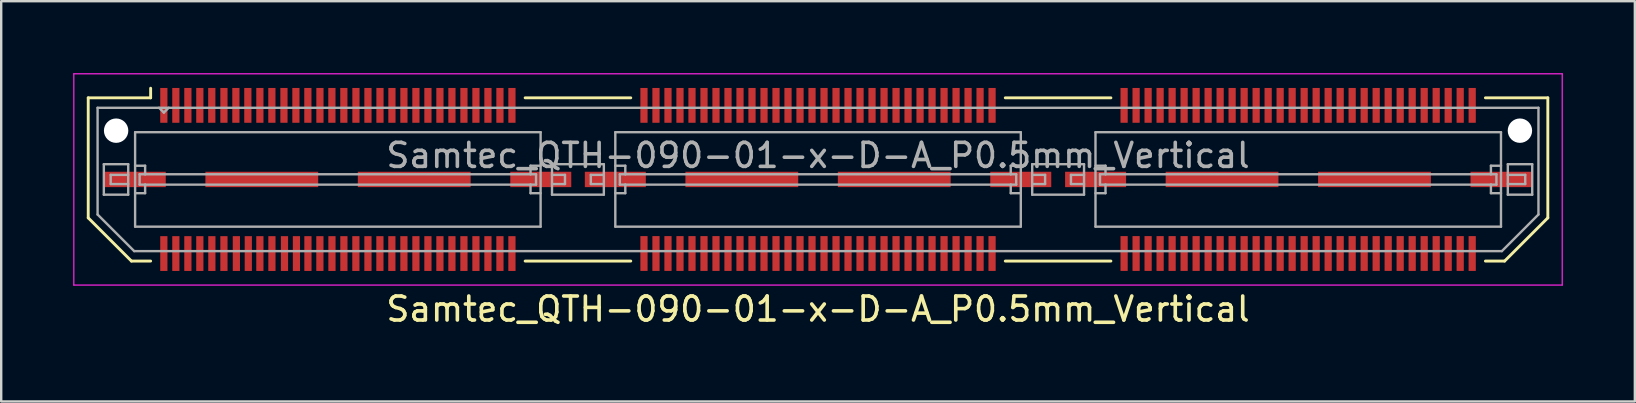
<source format=kicad_pcb>
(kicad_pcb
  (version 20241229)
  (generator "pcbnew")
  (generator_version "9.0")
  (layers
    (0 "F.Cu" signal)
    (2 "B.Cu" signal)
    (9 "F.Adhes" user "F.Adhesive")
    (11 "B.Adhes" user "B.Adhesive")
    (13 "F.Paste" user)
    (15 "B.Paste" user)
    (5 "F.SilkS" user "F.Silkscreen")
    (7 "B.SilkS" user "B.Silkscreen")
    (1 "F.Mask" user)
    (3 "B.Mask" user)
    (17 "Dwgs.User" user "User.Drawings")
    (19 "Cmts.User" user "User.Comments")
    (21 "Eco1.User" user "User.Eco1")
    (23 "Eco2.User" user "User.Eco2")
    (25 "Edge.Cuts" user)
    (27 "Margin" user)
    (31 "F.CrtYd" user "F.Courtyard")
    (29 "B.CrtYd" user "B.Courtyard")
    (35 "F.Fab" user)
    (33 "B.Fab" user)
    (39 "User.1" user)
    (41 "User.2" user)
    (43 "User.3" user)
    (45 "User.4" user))
  (footprint "Samtec_QTH-090-01-x-D-A_P0.5mm_Vertical"
    (layer "F.Cu")
    (at 31.025 4.425)
    (property "Reference" "Samtec_QTH-090-01-x-D-A_P0.5mm_Vertical" (at 0 5.4 0) (layer "F.SilkS") (effects (font (size 1 1) (thickness 0.15))))
    (attr smd)
    (fp_line (start -30.4 -3.4) (end -30.4 1.6) (stroke (width 0.12) (type solid)) (layer "F.SilkS"))
    (fp_line (start -30.4 1.6) (end -28.6 3.4) (stroke (width 0.12) (type solid)) (layer "F.SilkS"))
    (fp_line (start -28.6 3.4) (end -27.8 3.4) (stroke (width 0.12) (type solid)) (layer "F.SilkS"))
    (fp_line (start -27.8 -3.4) (end -30.4 -3.4) (stroke (width 0.12) (type solid)) (layer "F.SilkS"))
    (fp_line (start -27.8 -3.4) (end -27.8 -3.8) (stroke (width 0.12) (type solid)) (layer "F.SilkS"))
    (fp_line (start -12.2 3.4) (end -7.8 3.4) (stroke (width 0.12) (type solid)) (layer "F.SilkS"))
    (fp_line (start -7.8 -3.4) (end -12.2 -3.4) (stroke (width 0.12) (type solid)) (layer "F.SilkS"))
    (fp_line (start 7.8 3.4) (end 12.2 3.4) (stroke (width 0.12) (type solid)) (layer "F.SilkS"))
    (fp_line (start 12.2 -3.4) (end 7.8 -3.4) (stroke (width 0.12) (type solid)) (layer "F.SilkS"))
    (fp_line (start 27.8 -3.4) (end 30.4 -3.4) (stroke (width 0.12) (type solid)) (layer "F.SilkS"))
    (fp_line (start 27.8 3.4) (end 28.6 3.4) (stroke (width 0.12) (type solid)) (layer "F.SilkS"))
    (fp_line (start 28.6 3.4) (end 30.4 1.6) (stroke (width 0.12) (type solid)) (layer "F.SilkS"))
    (fp_line (start 30.4 -3.4) (end 30.4 1.6) (stroke (width 0.12) (type solid)) (layer "F.SilkS"))
    (fp_line (start -31 -4.4) (end -31 4.4) (stroke (width 0.05) (type solid)) (layer "F.CrtYd"))
    (fp_line (start -31 4.4) (end 31 4.4) (stroke (width 0.05) (type solid)) (layer "F.CrtYd"))
    (fp_line (start 31 -4.4) (end -31 -4.4) (stroke (width 0.05) (type solid)) (layer "F.CrtYd"))
    (fp_line (start 31 4.4) (end 31 -4.4) (stroke (width 0.05) (type solid)) (layer "F.CrtYd"))
    (fp_line (start -30.01 -2.985) (end -30.01 1.46) (stroke (width 0.1) (type solid)) (layer "F.Fab"))
    (fp_line (start -30.01 1.46) (end -28.486 2.985) (stroke (width 0.1) (type solid)) (layer "F.Fab"))
    (fp_line (start -29.75 -0.635) (end -29.75 0.635) (stroke (width 0.1) (type solid)) (layer "F.Fab"))
    (fp_line (start -29.75 0.635) (end -28.734 0.635) (stroke (width 0.1) (type solid)) (layer "F.Fab"))
    (fp_line (start -29.464 0.191) (end -29.464 -0.191) (stroke (width 0.1) (type solid)) (layer "F.Fab"))
    (fp_line (start -29.464 0.191) (end -28.734 0.191) (stroke (width 0.1) (type solid)) (layer "F.Fab"))
    (fp_line (start -28.734 -0.635) (end -29.75 -0.635) (stroke (width 0.1) (type solid)) (layer "F.Fab"))
    (fp_line (start -28.734 -0.191) (end -29.464 -0.191) (stroke (width 0.1) (type solid)) (layer "F.Fab"))
    (fp_line (start -28.734 0.635) (end -28.734 -0.635) (stroke (width 0.1) (type solid)) (layer "F.Fab"))
    (fp_line (start -28.486 2.985) (end 28.486 2.985) (stroke (width 0.1) (type solid)) (layer "F.Fab"))
    (fp_line (start -28.447 -1.968) (end -28.447 1.968) (stroke (width 0.1) (type solid)) (layer "F.Fab"))
    (fp_line (start -28.447 0.572) (end -28.03 0.572) (stroke (width 0.1) (type solid)) (layer "F.Fab"))
    (fp_line (start -28.259 -0.216) (end -28.03 -0.216) (stroke (width 0.1) (type solid)) (layer "F.Fab"))
    (fp_line (start -28.259 0.216) (end -28.259 -0.216) (stroke (width 0.1) (type solid)) (layer "F.Fab"))
    (fp_line (start -28.03 -0.572) (end -28.447 -0.572) (stroke (width 0.1) (type solid)) (layer "F.Fab"))
    (fp_line (start -28.03 -0.216) (end -28.03 -0.572) (stroke (width 0.1) (type solid)) (layer "F.Fab"))
    (fp_line (start -28.03 0.216) (end -28.259 0.216) (stroke (width 0.1) (type solid)) (layer "F.Fab"))
    (fp_line (start -28.03 0.216) (end -11.975 0.216) (stroke (width 0.1) (type solid)) (layer "F.Fab"))
    (fp_line (start -28.03 0.572) (end -28.03 0.216) (stroke (width 0.1) (type solid)) (layer "F.Fab"))
    (fp_line (start -27.25 -2.786) (end -27.45 -2.986) (stroke (width 0.1) (type solid)) (layer "F.Fab"))
    (fp_line (start -27.05 -2.986) (end -27.25 -2.786) (stroke (width 0.1) (type solid)) (layer "F.Fab"))
    (fp_line (start -11.975 -0.572) (end -11.975 -0.216) (stroke (width 0.1) (type solid)) (layer "F.Fab"))
    (fp_line (start -11.975 -0.216) (end -28.03 -0.216) (stroke (width 0.1) (type solid)) (layer "F.Fab"))
    (fp_line (start -11.975 -0.216) (end -11.746 -0.216) (stroke (width 0.1) (type solid)) (layer "F.Fab"))
    (fp_line (start -11.975 0.216) (end -11.975 0.572) (stroke (width 0.1) (type solid)) (layer "F.Fab"))
    (fp_line (start -11.975 0.572) (end -11.556 0.572) (stroke (width 0.1) (type solid)) (layer "F.Fab"))
    (fp_line (start -11.746 -0.216) (end -11.746 0.216) (stroke (width 0.1) (type solid)) (layer "F.Fab"))
    (fp_line (start -11.746 0.216) (end -11.975 0.216) (stroke (width 0.1) (type solid)) (layer "F.Fab"))
    (fp_line (start -11.556 1.968) (end -28.444 1.968) (stroke (width 0.1) (type solid)) (layer "F.Fab"))
    (fp_line (start -11.556 -0.572) (end -11.975 -0.572) (stroke (width 0.1) (type solid)) (layer "F.Fab"))
    (fp_line (start -11.556 1.968) (end -11.556 -1.968) (stroke (width 0.1) (type solid)) (layer "F.Fab"))
    (fp_line (start -11.553 -1.968) (end -28.444 -1.968) (stroke (width 0.1) (type solid)) (layer "F.Fab"))
    (fp_line (start -11.081 -0.635) (end -11.081 0.635) (stroke (width 0.1) (type solid)) (layer "F.Fab"))
    (fp_line (start -11.081 0.191) (end -10.541 0.191) (stroke (width 0.1) (type solid)) (layer "F.Fab"))
    (fp_line (start -11.081 0.635) (end -8.922 0.635) (stroke (width 0.1) (type solid)) (layer "F.Fab"))
    (fp_line (start -10.541 -0.191) (end -11.081 -0.191) (stroke (width 0.1) (type solid)) (layer "F.Fab"))
    (fp_line (start -10.541 0.191) (end -10.541 -0.191) (stroke (width 0.1) (type solid)) (layer "F.Fab"))
    (fp_line (start -9.464 0.191) (end -9.464 -0.191) (stroke (width 0.1) (type solid)) (layer "F.Fab"))
    (fp_line (start -9.464 0.191) (end -8.922 0.191) (stroke (width 0.1) (type solid)) (layer "F.Fab"))
    (fp_line (start -8.922 -0.635) (end -11.081 -0.635) (stroke (width 0.1) (type solid)) (layer "F.Fab"))
    (fp_line (start -8.922 -0.191) (end -9.464 -0.191) (stroke (width 0.1) (type solid)) (layer "F.Fab"))
    (fp_line (start -8.922 0.635) (end -8.922 -0.635) (stroke (width 0.1) (type solid)) (layer "F.Fab"))
    (fp_line (start -8.444 -1.968) (end -8.444 1.968) (stroke (width 0.1) (type solid)) (layer "F.Fab"))
    (fp_line (start -8.444 0.572) (end -8.028 0.572) (stroke (width 0.1) (type solid)) (layer "F.Fab"))
    (fp_line (start -8.256 -0.216) (end -8.028 -0.216) (stroke (width 0.1) (type solid)) (layer "F.Fab"))
    (fp_line (start -8.256 0.216) (end -8.256 -0.216) (stroke (width 0.1) (type solid)) (layer "F.Fab"))
    (fp_line (start -8.028 -0.572) (end -8.444 -0.572) (stroke (width 0.1) (type solid)) (layer "F.Fab"))
    (fp_line (start -8.028 -0.216) (end -8.028 -0.572) (stroke (width 0.1) (type solid)) (layer "F.Fab"))
    (fp_line (start -8.028 -0.216) (end 8.028 -0.216) (stroke (width 0.1) (type solid)) (layer "F.Fab"))
    (fp_line (start -8.028 0.216) (end -8.256 0.216) (stroke (width 0.1) (type solid)) (layer "F.Fab"))
    (fp_line (start -8.028 0.572) (end -8.028 0.216) (stroke (width 0.1) (type solid)) (layer "F.Fab"))
    (fp_line (start 8.028 -0.572) (end 8.028 -0.216) (stroke (width 0.1) (type solid)) (layer "F.Fab"))
    (fp_line (start 8.028 -0.216) (end 8.256 -0.216) (stroke (width 0.1) (type solid)) (layer "F.Fab"))
    (fp_line (start 8.028 0.216) (end -8.028 0.216) (stroke (width 0.1) (type solid)) (layer "F.Fab"))
    (fp_line (start 8.028 0.216) (end 8.028 0.572) (stroke (width 0.1) (type solid)) (layer "F.Fab"))
    (fp_line (start 8.028 0.572) (end 8.447 0.572) (stroke (width 0.1) (type solid)) (layer "F.Fab"))
    (fp_line (start 8.256 -0.216) (end 8.256 0.216) (stroke (width 0.1) (type solid)) (layer "F.Fab"))
    (fp_line (start 8.256 0.216) (end 8.028 0.216) (stroke (width 0.1) (type solid)) (layer "F.Fab"))
    (fp_line (start 8.444 1.968) (end -8.444 1.968) (stroke (width 0.1) (type solid)) (layer "F.Fab"))
    (fp_line (start 8.447 -1.968) (end -8.444 -1.968) (stroke (width 0.1) (type solid)) (layer "F.Fab"))
    (fp_line (start 8.447 -0.572) (end 8.028 -0.572) (stroke (width 0.1) (type solid)) (layer "F.Fab"))
    (fp_line (start 8.447 1.968) (end 8.447 -1.968) (stroke (width 0.1) (type solid)) (layer "F.Fab"))
    (fp_line (start 8.922 -0.635) (end 8.922 0.635) (stroke (width 0.1) (type solid)) (layer "F.Fab"))
    (fp_line (start 8.922 0.191) (end 9.459 0.191) (stroke (width 0.1) (type solid)) (layer "F.Fab"))
    (fp_line (start 8.922 0.635) (end 11.081 0.635) (stroke (width 0.1) (type solid)) (layer "F.Fab"))
    (fp_line (start 9.459 -0.191) (end 8.922 -0.191) (stroke (width 0.1) (type solid)) (layer "F.Fab"))
    (fp_line (start 9.459 0.191) (end 9.459 -0.191) (stroke (width 0.1) (type solid)) (layer "F.Fab"))
    (fp_line (start 10.536 0.191) (end 10.536 -0.191) (stroke (width 0.1) (type solid)) (layer "F.Fab"))
    (fp_line (start 10.536 0.191) (end 11.081 0.191) (stroke (width 0.1) (type solid)) (layer "F.Fab"))
    (fp_line (start 11.081 -0.635) (end 8.922 -0.635) (stroke (width 0.1) (type solid)) (layer "F.Fab"))
    (fp_line (start 11.081 -0.191) (end 10.536 -0.191) (stroke (width 0.1) (type solid)) (layer "F.Fab"))
    (fp_line (start 11.081 0.635) (end 11.081 -0.635) (stroke (width 0.1) (type solid)) (layer "F.Fab"))
    (fp_line (start 11.558 -1.968) (end 11.558 1.968) (stroke (width 0.1) (type solid)) (layer "F.Fab"))
    (fp_line (start 11.558 0.572) (end 11.975 0.572) (stroke (width 0.1) (type solid)) (layer "F.Fab"))
    (fp_line (start 11.746 -0.216) (end 11.975 -0.216) (stroke (width 0.1) (type solid)) (layer "F.Fab"))
    (fp_line (start 11.746 0.216) (end 11.746 -0.216) (stroke (width 0.1) (type solid)) (layer "F.Fab"))
    (fp_line (start 11.975 -0.572) (end 11.558 -0.572) (stroke (width 0.1) (type solid)) (layer "F.Fab"))
    (fp_line (start 11.975 -0.216) (end 11.975 -0.572) (stroke (width 0.1) (type solid)) (layer "F.Fab"))
    (fp_line (start 11.975 -0.216) (end 28.03 -0.216) (stroke (width 0.1) (type solid)) (layer "F.Fab"))
    (fp_line (start 11.975 0.216) (end 11.746 0.216) (stroke (width 0.1) (type solid)) (layer "F.Fab"))
    (fp_line (start 11.975 0.572) (end 11.975 0.216) (stroke (width 0.1) (type solid)) (layer "F.Fab"))
    (fp_line (start 28.03 -0.572) (end 28.03 -0.216) (stroke (width 0.1) (type solid)) (layer "F.Fab"))
    (fp_line (start 28.03 -0.216) (end 28.259 -0.216) (stroke (width 0.1) (type solid)) (layer "F.Fab"))
    (fp_line (start 28.03 0.216) (end 11.975 0.216) (stroke (width 0.1) (type solid)) (layer "F.Fab"))
    (fp_line (start 28.03 0.216) (end 28.03 0.572) (stroke (width 0.1) (type solid)) (layer "F.Fab"))
    (fp_line (start 28.03 0.572) (end 28.449 0.572) (stroke (width 0.1) (type solid)) (layer "F.Fab"))
    (fp_line (start 28.259 -0.216) (end 28.259 0.216) (stroke (width 0.1) (type solid)) (layer "F.Fab"))
    (fp_line (start 28.259 0.216) (end 28.03 0.216) (stroke (width 0.1) (type solid)) (layer "F.Fab"))
    (fp_line (start 28.449 -1.968) (end 11.558 -1.968) (stroke (width 0.1) (type solid)) (layer "F.Fab"))
    (fp_line (start 28.449 -0.572) (end 28.03 -0.572) (stroke (width 0.1) (type solid)) (layer "F.Fab"))
    (fp_line (start 28.449 1.968) (end 11.558 1.968) (stroke (width 0.1) (type solid)) (layer "F.Fab"))
    (fp_line (start 28.449 1.968) (end 28.449 -1.968) (stroke (width 0.1) (type solid)) (layer "F.Fab"))
    (fp_line (start 28.486 2.985) (end 30.01 1.46) (stroke (width 0.1) (type solid)) (layer "F.Fab"))
    (fp_line (start 28.734 -0.635) (end 28.734 0.635) (stroke (width 0.1) (type solid)) (layer "F.Fab"))
    (fp_line (start 28.734 0.191) (end 29.459 0.191) (stroke (width 0.1) (type solid)) (layer "F.Fab"))
    (fp_line (start 28.734 0.635) (end 29.75 0.635) (stroke (width 0.1) (type solid)) (layer "F.Fab"))
    (fp_line (start 29.459 -0.191) (end 28.734 -0.191) (stroke (width 0.1) (type solid)) (layer "F.Fab"))
    (fp_line (start 29.459 0.191) (end 29.459 -0.191) (stroke (width 0.1) (type solid)) (layer "F.Fab"))
    (fp_line (start 29.75 -0.635) (end 28.734 -0.635) (stroke (width 0.1) (type solid)) (layer "F.Fab"))
    (fp_line (start 29.75 0.635) (end 29.75 -0.635) (stroke (width 0.1) (type solid)) (layer "F.Fab"))
    (fp_line (start 30.01 -2.985) (end -30.01 -2.985) (stroke (width 0.1) (type solid)) (layer "F.Fab"))
    (fp_line (start 30.01 1.46) (end 30.01 -2.985) (stroke (width 0.1) (type solid)) (layer "F.Fab"))
    (fp_text user "${REFERENCE}" (at 0 -1 0) (layer "F.Fab") (effects (font (size 1 1) (thickness 0.15))))
    (pad "" np_thru_hole circle (at -29.238 -2.032) (size 1.016 1.016) (drill 1.016) (layers "*.Cu" "*.Mask"))
    (pad "" np_thru_hole circle (at 29.238 -2.032) (size 1.016 1.016) (drill 1.016) (layers "*.Cu" "*.Mask"))
    (pad "1" smd rect (at -27.25 -3.086) (size 0.3 1.45) (layers "F.Cu" "F.Mask" "F.Paste"))
    (pad "2" smd rect (at -27.25 3.087) (size 0.3 1.45) (layers "F.Cu" "F.Mask" "F.Paste"))
    (pad "3" smd rect (at -26.75 -3.086) (size 0.3 1.45) (layers "F.Cu" "F.Mask" "F.Paste"))
    (pad "4" smd rect (at -26.75 3.087) (size 0.3 1.45) (layers "F.Cu" "F.Mask" "F.Paste"))
    (pad "5" smd rect (at -26.249 -3.086) (size 0.3 1.45) (layers "F.Cu" "F.Mask" "F.Paste"))
    (pad "6" smd rect (at -26.249 3.087) (size 0.3 1.45) (layers "F.Cu" "F.Mask" "F.Paste"))
    (pad "7" smd rect (at -25.751 -3.086) (size 0.3 1.45) (layers "F.Cu" "F.Mask" "F.Paste"))
    (pad "8" smd rect (at -25.751 3.087) (size 0.3 1.45) (layers "F.Cu" "F.Mask" "F.Paste"))
    (pad "9" smd rect (at -25.253 -3.086) (size 0.3 1.45) (layers "F.Cu" "F.Mask" "F.Paste"))
    (pad "10" smd rect (at -25.25 3.087) (size 0.3 1.45) (layers "F.Cu" "F.Mask" "F.Paste"))
    (pad "11" smd rect (at -24.747 -3.086) (size 0.3 1.45) (layers "F.Cu" "F.Mask" "F.Paste"))
    (pad "12" smd rect (at -24.747 3.087) (size 0.3 1.45) (layers "F.Cu" "F.Mask" "F.Paste"))
    (pad "13" smd rect (at -24.249 -3.086) (size 0.3 1.45) (layers "F.Cu" "F.Mask" "F.Paste"))
    (pad "14" smd rect (at -24.229 3.087) (size 0.3 1.45) (layers "F.Cu" "F.Mask" "F.Paste"))
    (pad "15" smd rect (at -23.751 -3.086) (size 0.3 1.45) (layers "F.Cu" "F.Mask" "F.Paste"))
    (pad "16" smd rect (at -23.732 3.087) (size 0.3 1.45) (layers "F.Cu" "F.Mask" "F.Paste"))
    (pad "17" smd rect (at -23.25 -3.086) (size 0.3 1.45) (layers "F.Cu" "F.Mask" "F.Paste"))
    (pad "18" smd rect (at -23.25 3.087) (size 0.3 1.45) (layers "F.Cu" "F.Mask" "F.Paste"))
    (pad "19" smd rect (at -22.75 -3.086) (size 0.3 1.45) (layers "F.Cu" "F.Mask" "F.Paste"))
    (pad "20" smd rect (at -22.748 3.087) (size 0.3 1.45) (layers "F.Cu" "F.Mask" "F.Paste"))
    (pad "21" smd rect (at -22.247 -3.086) (size 0.3 1.45) (layers "F.Cu" "F.Mask" "F.Paste"))
    (pad "22" smd rect (at -22.225 3.087) (size 0.3 1.45) (layers "F.Cu" "F.Mask" "F.Paste"))
    (pad "23" smd rect (at -21.749 -3.086) (size 0.3 1.45) (layers "F.Cu" "F.Mask" "F.Paste"))
    (pad "24" smd rect (at -21.727 3.087) (size 0.3 1.45) (layers "F.Cu" "F.Mask" "F.Paste"))
    (pad "25" smd rect (at -21.251 -3.086) (size 0.3 1.45) (layers "F.Cu" "F.Mask" "F.Paste"))
    (pad "26" smd rect (at -21.248 3.087) (size 0.3 1.45) (layers "F.Cu" "F.Mask" "F.Paste"))
    (pad "27" smd rect (at -20.748 -3.086) (size 0.3 1.45) (layers "F.Cu" "F.Mask" "F.Paste"))
    (pad "28" smd rect (at -20.75 3.087) (size 0.3 1.45) (layers "F.Cu" "F.Mask" "F.Paste"))
    (pad "29" smd rect (at -20.25 -3.086) (size 0.3 1.45) (layers "F.Cu" "F.Mask" "F.Paste"))
    (pad "30" smd rect (at -20.247 3.087) (size 0.3 1.45) (layers "F.Cu" "F.Mask" "F.Paste"))
    (pad "31" smd rect (at -19.752 -3.086) (size 0.3 1.45) (layers "F.Cu" "F.Mask" "F.Paste"))
    (pad "32" smd rect (at -19.75 3.087) (size 0.3 1.45) (layers "F.Cu" "F.Mask" "F.Paste"))
    (pad "33" smd rect (at -19.248 -3.086) (size 0.3 1.45) (layers "F.Cu" "F.Mask" "F.Paste"))
    (pad "34" smd rect (at -19.251 3.087) (size 0.3 1.45) (layers "F.Cu" "F.Mask" "F.Paste"))
    (pad "35" smd rect (at -18.748 -3.086) (size 0.3 1.45) (layers "F.Cu" "F.Mask" "F.Paste"))
    (pad "36" smd rect (at -18.748 3.087) (size 0.3 1.45) (layers "F.Cu" "F.Mask" "F.Paste"))
    (pad "37" smd rect (at -18.247 -3.086) (size 0.3 1.45) (layers "F.Cu" "F.Mask" "F.Paste"))
    (pad "38" smd rect (at -18.25 3.087) (size 0.3 1.45) (layers "F.Cu" "F.Mask" "F.Paste"))
    (pad "39" smd rect (at -17.749 -3.086) (size 0.3 1.45) (layers "F.Cu" "F.Mask" "F.Paste"))
    (pad "40" smd rect (at -17.752 3.087) (size 0.3 1.45) (layers "F.Cu" "F.Mask" "F.Paste"))
    (pad "41" smd rect (at -17.25 -3.086) (size 0.3 1.45) (layers "F.Cu" "F.Mask" "F.Paste"))
    (pad "42" smd rect (at -17.25 3.087) (size 0.3 1.45) (layers "F.Cu" "F.Mask" "F.Paste"))
    (pad "43" smd rect (at -16.75 -3.086) (size 0.3 1.45) (layers "F.Cu" "F.Mask" "F.Paste"))
    (pad "44" smd rect (at -16.75 3.087) (size 0.3 1.45) (layers "F.Cu" "F.Mask" "F.Paste"))
    (pad "45" smd rect (at -16.25 -3.086) (size 0.3 1.45) (layers "F.Cu" "F.Mask" "F.Paste"))
    (pad "46" smd rect (at -16.25 3.087) (size 0.3 1.45) (layers "F.Cu" "F.Mask" "F.Paste"))
    (pad "47" smd rect (at -15.75 -3.086) (size 0.3 1.45) (layers "F.Cu" "F.Mask" "F.Paste"))
    (pad "48" smd rect (at -15.75 3.087) (size 0.3 1.45) (layers "F.Cu" "F.Mask" "F.Paste"))
    (pad "49" smd rect (at -15.25 -3.086) (size 0.3 1.45) (layers "F.Cu" "F.Mask" "F.Paste"))
    (pad "50" smd rect (at -15.25 3.087) (size 0.3 1.45) (layers "F.Cu" "F.Mask" "F.Paste"))
    (pad "51" smd rect (at -14.75 -3.086) (size 0.3 1.45) (layers "F.Cu" "F.Mask" "F.Paste"))
    (pad "52" smd rect (at -14.75 3.087) (size 0.3 1.45) (layers "F.Cu" "F.Mask" "F.Paste"))
    (pad "53" smd rect (at -14.25 -3.086) (size 0.3 1.45) (layers "F.Cu" "F.Mask" "F.Paste"))
    (pad "54" smd rect (at -14.25 3.087) (size 0.3 1.45) (layers "F.Cu" "F.Mask" "F.Paste"))
    (pad "55" smd rect (at -13.75 -3.086) (size 0.3 1.45) (layers "F.Cu" "F.Mask" "F.Paste"))
    (pad "56" smd rect (at -13.75 3.087) (size 0.3 1.45) (layers "F.Cu" "F.Mask" "F.Paste"))
    (pad "57" smd rect (at -13.25 -3.086) (size 0.3 1.45) (layers "F.Cu" "F.Mask" "F.Paste"))
    (pad "58" smd rect (at -13.25 3.087) (size 0.3 1.45) (layers "F.Cu" "F.Mask" "F.Paste"))
    (pad "59" smd rect (at -12.75 -3.086) (size 0.3 1.45) (layers "F.Cu" "F.Mask" "F.Paste"))
    (pad "60" smd rect (at -12.75 3.087) (size 0.3 1.45) (layers "F.Cu" "F.Mask" "F.Paste"))
    (pad "61" smd rect (at -7.25 -3.086) (size 0.3 1.45) (layers "F.Cu" "F.Mask" "F.Paste"))
    (pad "62" smd rect (at -7.25 3.085) (size 0.3 1.45) (layers "F.Cu" "F.Mask" "F.Paste"))
    (pad "63" smd rect (at -6.75 -3.086) (size 0.3 1.45) (layers "F.Cu" "F.Mask" "F.Paste"))
    (pad "64" smd rect (at -6.75 3.085) (size 0.3 1.45) (layers "F.Cu" "F.Mask" "F.Paste"))
    (pad "65" smd rect (at -6.25 -3.086) (size 0.3 1.45) (layers "F.Cu" "F.Mask" "F.Paste"))
    (pad "66" smd rect (at -6.25 3.085) (size 0.3 1.45) (layers "F.Cu" "F.Mask" "F.Paste"))
    (pad "67" smd rect (at -5.75 -3.086) (size 0.3 1.45) (layers "F.Cu" "F.Mask" "F.Paste"))
    (pad "68" smd rect (at -5.75 3.085) (size 0.3 1.45) (layers "F.Cu" "F.Mask" "F.Paste"))
    (pad "69" smd rect (at -5.25 -3.086) (size 0.3 1.45) (layers "F.Cu" "F.Mask" "F.Paste"))
    (pad "70" smd rect (at -5.25 3.085) (size 0.3 1.45) (layers "F.Cu" "F.Mask" "F.Paste"))
    (pad "71" smd rect (at -4.75 -3.086) (size 0.3 1.45) (layers "F.Cu" "F.Mask" "F.Paste"))
    (pad "72" smd rect (at -4.75 3.085) (size 0.3 1.45) (layers "F.Cu" "F.Mask" "F.Paste"))
    (pad "73" smd rect (at -4.25 -3.086) (size 0.3 1.45) (layers "F.Cu" "F.Mask" "F.Paste"))
    (pad "74" smd rect (at -4.25 3.085) (size 0.3 1.45) (layers "F.Cu" "F.Mask" "F.Paste"))
    (pad "75" smd rect (at -3.75 -3.086) (size 0.3 1.45) (layers "F.Cu" "F.Mask" "F.Paste"))
    (pad "76" smd rect (at -3.75 3.085) (size 0.3 1.45) (layers "F.Cu" "F.Mask" "F.Paste"))
    (pad "77" smd rect (at -3.25 -3.086) (size 0.3 1.45) (layers "F.Cu" "F.Mask" "F.Paste"))
    (pad "78" smd rect (at -3.25 3.085) (size 0.3 1.45) (layers "F.Cu" "F.Mask" "F.Paste"))
    (pad "79" smd rect (at -2.75 -3.086) (size 0.3 1.45) (layers "F.Cu" "F.Mask" "F.Paste"))
    (pad "80" smd rect (at -2.75 3.085) (size 0.3 1.45) (layers "F.Cu" "F.Mask" "F.Paste"))
    (pad "81" smd rect (at -2.25 -3.086) (size 0.3 1.45) (layers "F.Cu" "F.Mask" "F.Paste"))
    (pad "82" smd rect (at -2.25 3.085) (size 0.3 1.45) (layers "F.Cu" "F.Mask" "F.Paste"))
    (pad "83" smd rect (at -1.75 -3.086) (size 0.3 1.45) (layers "F.Cu" "F.Mask" "F.Paste"))
    (pad "84" smd rect (at -1.75 3.085) (size 0.3 1.45) (layers "F.Cu" "F.Mask" "F.Paste"))
    (pad "85" smd rect (at -1.25 -3.086) (size 0.3 1.45) (layers "F.Cu" "F.Mask" "F.Paste"))
    (pad "86" smd rect (at -1.25 3.085) (size 0.3 1.45) (layers "F.Cu" "F.Mask" "F.Paste"))
    (pad "87" smd rect (at -0.75 -3.086) (size 0.3 1.45) (layers "F.Cu" "F.Mask" "F.Paste"))
    (pad "88" smd rect (at -0.75 3.085) (size 0.3 1.45) (layers "F.Cu" "F.Mask" "F.Paste"))
    (pad "89" smd rect (at -0.25 -3.086) (size 0.3 1.45) (layers "F.Cu" "F.Mask" "F.Paste"))
    (pad "90" smd rect (at -0.25 3.085) (size 0.3 1.45) (layers "F.Cu" "F.Mask" "F.Paste"))
    (pad "91" smd rect (at 0.25 -3.086) (size 0.3 1.45) (layers "F.Cu" "F.Mask" "F.Paste"))
    (pad "92" smd rect (at 0.25 3.085) (size 0.3 1.45) (layers "F.Cu" "F.Mask" "F.Paste"))
    (pad "93" smd rect (at 0.75 -3.086) (size 0.3 1.45) (layers "F.Cu" "F.Mask" "F.Paste"))
    (pad "94" smd rect (at 0.75 3.085) (size 0.3 1.45) (layers "F.Cu" "F.Mask" "F.Paste"))
    (pad "95" smd rect (at 1.25 -3.086) (size 0.3 1.45) (layers "F.Cu" "F.Mask" "F.Paste"))
    (pad "96" smd rect (at 1.25 3.085) (size 0.3 1.45) (layers "F.Cu" "F.Mask" "F.Paste"))
    (pad "97" smd rect (at 1.75 -3.086) (size 0.3 1.45) (layers "F.Cu" "F.Mask" "F.Paste"))
    (pad "98" smd rect (at 1.75 3.085) (size 0.3 1.45) (layers "F.Cu" "F.Mask" "F.Paste"))
    (pad "99" smd rect (at 2.25 -3.086) (size 0.3 1.45) (layers "F.Cu" "F.Mask" "F.Paste"))
    (pad "100" smd rect (at 2.25 3.085) (size 0.3 1.45) (layers "F.Cu" "F.Mask" "F.Paste"))
    (pad "101" smd rect (at 2.75 -3.086) (size 0.3 1.45) (layers "F.Cu" "F.Mask" "F.Paste"))
    (pad "102" smd rect (at 2.75 3.085) (size 0.3 1.45) (layers "F.Cu" "F.Mask" "F.Paste"))
    (pad "103" smd rect (at 3.25 -3.086) (size 0.3 1.45) (layers "F.Cu" "F.Mask" "F.Paste"))
    (pad "104" smd rect (at 3.25 3.085) (size 0.3 1.45) (layers "F.Cu" "F.Mask" "F.Paste"))
    (pad "105" smd rect (at 3.75 -3.086) (size 0.3 1.45) (layers "F.Cu" "F.Mask" "F.Paste"))
    (pad "106" smd rect (at 3.75 3.085) (size 0.3 1.45) (layers "F.Cu" "F.Mask" "F.Paste"))
    (pad "107" smd rect (at 4.25 -3.086) (size 0.3 1.45) (layers "F.Cu" "F.Mask" "F.Paste"))
    (pad "108" smd rect (at 4.25 3.085) (size 0.3 1.45) (layers "F.Cu" "F.Mask" "F.Paste"))
    (pad "109" smd rect (at 4.75 -3.086) (size 0.3 1.45) (layers "F.Cu" "F.Mask" "F.Paste"))
    (pad "110" smd rect (at 4.75 3.085) (size 0.3 1.45) (layers "F.Cu" "F.Mask" "F.Paste"))
    (pad "111" smd rect (at 5.25 -3.086) (size 0.3 1.45) (layers "F.Cu" "F.Mask" "F.Paste"))
    (pad "112" smd rect (at 5.25 3.085) (size 0.3 1.45) (layers "F.Cu" "F.Mask" "F.Paste"))
    (pad "113" smd rect (at 5.75 -3.086) (size 0.3 1.45) (layers "F.Cu" "F.Mask" "F.Paste"))
    (pad "114" smd rect (at 5.75 3.085) (size 0.3 1.45) (layers "F.Cu" "F.Mask" "F.Paste"))
    (pad "115" smd rect (at 6.25 -3.086) (size 0.3 1.45) (layers "F.Cu" "F.Mask" "F.Paste"))
    (pad "116" smd rect (at 6.25 3.085) (size 0.3 1.45) (layers "F.Cu" "F.Mask" "F.Paste"))
    (pad "117" smd rect (at 6.75 -3.086) (size 0.3 1.45) (layers "F.Cu" "F.Mask" "F.Paste"))
    (pad "118" smd rect (at 6.75 3.085) (size 0.3 1.45) (layers "F.Cu" "F.Mask" "F.Paste"))
    (pad "119" smd rect (at 7.25 -3.086) (size 0.3 1.45) (layers "F.Cu" "F.Mask" "F.Paste"))
    (pad "120" smd rect (at 7.25 3.085) (size 0.3 1.45) (layers "F.Cu" "F.Mask" "F.Paste"))
    (pad "121" smd rect (at 12.75 -3.086) (size 0.3 1.45) (layers "F.Cu" "F.Mask" "F.Paste"))
    (pad "122" smd rect (at 12.75 3.085) (size 0.3 1.45) (layers "F.Cu" "F.Mask" "F.Paste"))
    (pad "123" smd rect (at 13.25 -3.086) (size 0.3 1.45) (layers "F.Cu" "F.Mask" "F.Paste"))
    (pad "124" smd rect (at 13.25 3.085) (size 0.3 1.45) (layers "F.Cu" "F.Mask" "F.Paste"))
    (pad "125" smd rect (at 13.75 -3.086) (size 0.3 1.45) (layers "F.Cu" "F.Mask" "F.Paste"))
    (pad "126" smd rect (at 13.75 3.085) (size 0.3 1.45) (layers "F.Cu" "F.Mask" "F.Paste"))
    (pad "127" smd rect (at 14.25 -3.086) (size 0.3 1.45) (layers "F.Cu" "F.Mask" "F.Paste"))
    (pad "128" smd rect (at 14.25 3.085) (size 0.3 1.45) (layers "F.Cu" "F.Mask" "F.Paste"))
    (pad "129" smd rect (at 14.75 -3.086) (size 0.3 1.45) (layers "F.Cu" "F.Mask" "F.Paste"))
    (pad "130" smd rect (at 14.75 3.085) (size 0.3 1.45) (layers "F.Cu" "F.Mask" "F.Paste"))
    (pad "131" smd rect (at 15.25 -3.086) (size 0.3 1.45) (layers "F.Cu" "F.Mask" "F.Paste"))
    (pad "132" smd rect (at 15.25 3.085) (size 0.3 1.45) (layers "F.Cu" "F.Mask" "F.Paste"))
    (pad "133" smd rect (at 15.75 -3.086) (size 0.3 1.45) (layers "F.Cu" "F.Mask" "F.Paste"))
    (pad "134" smd rect (at 15.75 3.085) (size 0.3 1.45) (layers "F.Cu" "F.Mask" "F.Paste"))
    (pad "135" smd rect (at 16.25 -3.086) (size 0.3 1.45) (layers "F.Cu" "F.Mask" "F.Paste"))
    (pad "136" smd rect (at 16.25 3.085) (size 0.3 1.45) (layers "F.Cu" "F.Mask" "F.Paste"))
    (pad "137" smd rect (at 16.75 -3.086) (size 0.3 1.45) (layers "F.Cu" "F.Mask" "F.Paste"))
    (pad "138" smd rect (at 16.75 3.085) (size 0.3 1.45) (layers "F.Cu" "F.Mask" "F.Paste"))
    (pad "139" smd rect (at 17.25 -3.086) (size 0.3 1.45) (layers "F.Cu" "F.Mask" "F.Paste"))
    (pad "140" smd rect (at 17.25 3.085) (size 0.3 1.45) (layers "F.Cu" "F.Mask" "F.Paste"))
    (pad "141" smd rect (at 17.75 -3.086) (size 0.3 1.45) (layers "F.Cu" "F.Mask" "F.Paste"))
    (pad "142" smd rect (at 17.75 3.085) (size 0.3 1.45) (layers "F.Cu" "F.Mask" "F.Paste"))
    (pad "143" smd rect (at 18.25 -3.086) (size 0.3 1.45) (layers "F.Cu" "F.Mask" "F.Paste"))
    (pad "144" smd rect (at 18.25 3.085) (size 0.3 1.45) (layers "F.Cu" "F.Mask" "F.Paste"))
    (pad "145" smd rect (at 18.75 -3.086) (size 0.3 1.45) (layers "F.Cu" "F.Mask" "F.Paste"))
    (pad "146" smd rect (at 18.75 3.085) (size 0.3 1.45) (layers "F.Cu" "F.Mask" "F.Paste"))
    (pad "147" smd rect (at 19.25 -3.086) (size 0.3 1.45) (layers "F.Cu" "F.Mask" "F.Paste"))
    (pad "148" smd rect (at 19.25 3.085) (size 0.3 1.45) (layers "F.Cu" "F.Mask" "F.Paste"))
    (pad "149" smd rect (at 19.75 -3.086) (size 0.3 1.45) (layers "F.Cu" "F.Mask" "F.Paste"))
    (pad "150" smd rect (at 19.75 3.085) (size 0.3 1.45) (layers "F.Cu" "F.Mask" "F.Paste"))
    (pad "151" smd rect (at 20.25 -3.086) (size 0.3 1.45) (layers "F.Cu" "F.Mask" "F.Paste"))
    (pad "152" smd rect (at 20.25 3.085) (size 0.3 1.45) (layers "F.Cu" "F.Mask" "F.Paste"))
    (pad "153" smd rect (at 20.75 -3.086) (size 0.3 1.45) (layers "F.Cu" "F.Mask" "F.Paste"))
    (pad "154" smd rect (at 20.75 3.085) (size 0.3 1.45) (layers "F.Cu" "F.Mask" "F.Paste"))
    (pad "155" smd rect (at 21.25 -3.086) (size 0.3 1.45) (layers "F.Cu" "F.Mask" "F.Paste"))
    (pad "156" smd rect (at 21.25 3.085) (size 0.3 1.45) (layers "F.Cu" "F.Mask" "F.Paste"))
    (pad "157" smd rect (at 21.75 -3.086) (size 0.3 1.45) (layers "F.Cu" "F.Mask" "F.Paste"))
    (pad "158" smd rect (at 21.75 3.085) (size 0.3 1.45) (layers "F.Cu" "F.Mask" "F.Paste"))
    (pad "159" smd rect (at 22.25 -3.086) (size 0.3 1.45) (layers "F.Cu" "F.Mask" "F.Paste"))
    (pad "160" smd rect (at 22.25 3.085) (size 0.3 1.45) (layers "F.Cu" "F.Mask" "F.Paste"))
    (pad "161" smd rect (at 22.75 -3.086) (size 0.3 1.45) (layers "F.Cu" "F.Mask" "F.Paste"))
    (pad "162" smd rect (at 22.75 3.085) (size 0.3 1.45) (layers "F.Cu" "F.Mask" "F.Paste"))
    (pad "163" smd rect (at 23.25 -3.086) (size 0.3 1.45) (layers "F.Cu" "F.Mask" "F.Paste"))
    (pad "164" smd rect (at 23.25 3.085) (size 0.3 1.45) (layers "F.Cu" "F.Mask" "F.Paste"))
    (pad "165" smd rect (at 23.75 -3.086) (size 0.3 1.45) (layers "F.Cu" "F.Mask" "F.Paste"))
    (pad "166" smd rect (at 23.75 3.085) (size 0.3 1.45) (layers "F.Cu" "F.Mask" "F.Paste"))
    (pad "167" smd rect (at 24.25 -3.086) (size 0.3 1.45) (layers "F.Cu" "F.Mask" "F.Paste"))
    (pad "168" smd rect (at 24.25 3.085) (size 0.3 1.45) (layers "F.Cu" "F.Mask" "F.Paste"))
    (pad "169" smd rect (at 24.75 -3.086) (size 0.3 1.45) (layers "F.Cu" "F.Mask" "F.Paste"))
    (pad "170" smd rect (at 24.75 3.085) (size 0.3 1.45) (layers "F.Cu" "F.Mask" "F.Paste"))
    (pad "171" smd rect (at 25.25 -3.086) (size 0.3 1.45) (layers "F.Cu" "F.Mask" "F.Paste"))
    (pad "172" smd rect (at 25.25 3.085) (size 0.3 1.45) (layers "F.Cu" "F.Mask" "F.Paste"))
    (pad "173" smd rect (at 25.75 -3.086) (size 0.3 1.45) (layers "F.Cu" "F.Mask" "F.Paste"))
    (pad "174" smd rect (at 25.75 3.085) (size 0.3 1.45) (layers "F.Cu" "F.Mask" "F.Paste"))
    (pad "175" smd rect (at 26.25 -3.086) (size 0.3 1.45) (layers "F.Cu" "F.Mask" "F.Paste"))
    (pad "176" smd rect (at 26.25 3.085) (size 0.3 1.45) (layers "F.Cu" "F.Mask" "F.Paste"))
    (pad "177" smd rect (at 26.75 -3.086) (size 0.3 1.45) (layers "F.Cu" "F.Mask" "F.Paste"))
    (pad "178" smd rect (at 26.75 3.085) (size 0.3 1.45) (layers "F.Cu" "F.Mask" "F.Paste"))
    (pad "179" smd rect (at 27.25 -3.086) (size 0.3 1.45) (layers "F.Cu" "F.Mask" "F.Paste"))
    (pad "180" smd rect (at 27.25 3.085) (size 0.3 1.45) (layers "F.Cu" "F.Mask" "F.Paste"))
    (pad "181" smd rect (at -28.44 0) (size 2.54 0.64) (layers "F.Cu" "F.Mask" "F.Paste"))
    (pad "182" smd rect (at -23.17 0) (size 4.699 0.64) (layers "F.Cu" "F.Mask" "F.Paste"))
    (pad "183" smd rect (at -16.82 0) (size 4.699 0.64) (layers "F.Cu" "F.Mask" "F.Paste"))
    (pad "184" smd rect (at -11.549 0) (size 2.54 0.64) (layers "F.Cu" "F.Mask" "F.Paste"))
    (pad "185" smd rect (at -8.443 0) (size 2.54 0.64) (layers "F.Cu" "F.Mask" "F.Paste"))
    (pad "186" smd rect (at -3.175 0) (size 4.699 0.64) (layers "F.Cu" "F.Mask" "F.Paste"))
    (pad "187" smd rect (at 3.175 0) (size 4.699 0.64) (layers "F.Cu" "F.Mask" "F.Paste"))
    (pad "188" smd rect (at 8.445 0) (size 2.54 0.64) (layers "F.Cu" "F.Mask" "F.Paste"))
    (pad "189" smd rect (at 11.562 0) (size 2.54 0.64) (layers "F.Cu" "F.Mask" "F.Paste"))
    (pad "190" smd rect (at 16.83 0) (size 4.699 0.64) (layers "F.Cu" "F.Mask" "F.Paste"))
    (pad "191" smd rect (at 23.18 0) (size 4.699 0.64) (layers "F.Cu" "F.Mask" "F.Paste"))
    (pad "192" smd rect (at 28.451 0) (size 2.54 0.64) (layers "F.Cu" "F.Mask" "F.Paste")))
  (gr_rect
    (start -3 -3)
    (end 65.05 13.673)
    (stroke (width 0.1) (type default))
    (fill no)
    (layer "Edge.Cuts")))
</source>
